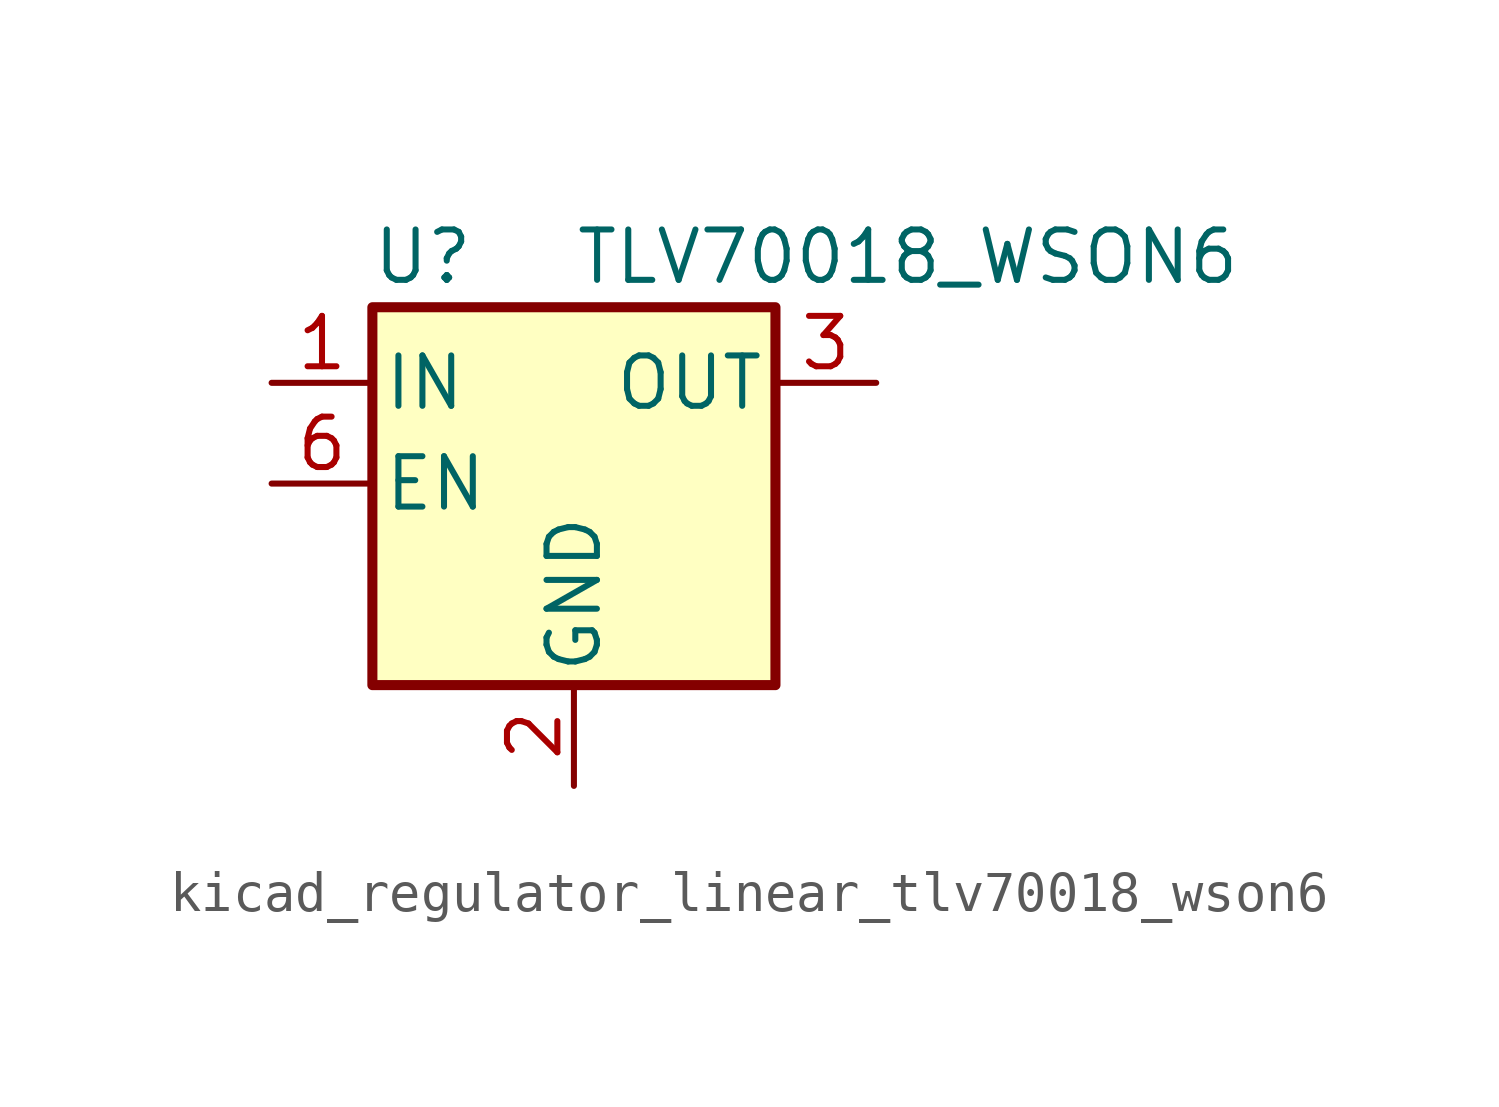
<source format=kicad_sym>
(kicad_symbol_lib
  (version 20220914)
  (generator kicad_symbol_editor)
  (symbol "kicad_regulator_linear_tlv70018_wson6"
    (pin_names
      (offset 0.254))
    (property "Reference" "U"
      (at -3.81 5.715 0)
      (effects (font (size 1.27 1.27))))
    (property "Value" "TLV70018_WSON6"
      (at 0 5.715 0)
      (effects (font (size 1.27 1.27)) (justify left)))
    (symbol "kicad_regulator_linear_tlv70018_wson6_0_1"
      (rectangle (start -5.08 4.445) (end 5.08 -5.08) (stroke (width 0.254) (type default)) (fill (type background))))
    (symbol "kicad_regulator_linear_tlv70018_wson6_1_1"
      (pin power_in line (at -7.62 2.54 0) (length 2.54) (name "IN" (effects (font (size 1.27 1.27)))) (number "1" (effects (font (size 1.27 1.27)))))
      (pin power_in line (at 0 -7.62 90) (length 2.54) (name "GND" (effects (font (size 1.27 1.27)))) (number "2" (effects (font (size 1.27 1.27)))))
      (pin power_out line (at 7.62 2.54 180) (length 2.54) (name "OUT" (effects (font (size 1.27 1.27)))) (number "3" (effects (font (size 1.27 1.27)))))
      (pin no_connect line (at 7.62 0 180) (length 2.54) hide (name "NC" (effects (font (size 1.27 1.27)))) (number "4" (effects (font (size 1.27 1.27)))))
      (pin no_connect line (at -2.54 -5.08 90) (length 2.54) hide (name "NC" (effects (font (size 1.27 1.27)))) (number "5" (effects (font (size 1.27 1.27)))))
      (pin input line (at -7.62 0 0) (length 2.54) (name "EN" (effects (font (size 1.27 1.27)))) (number "6" (effects (font (size 1.27 1.27))))))))
</source>
